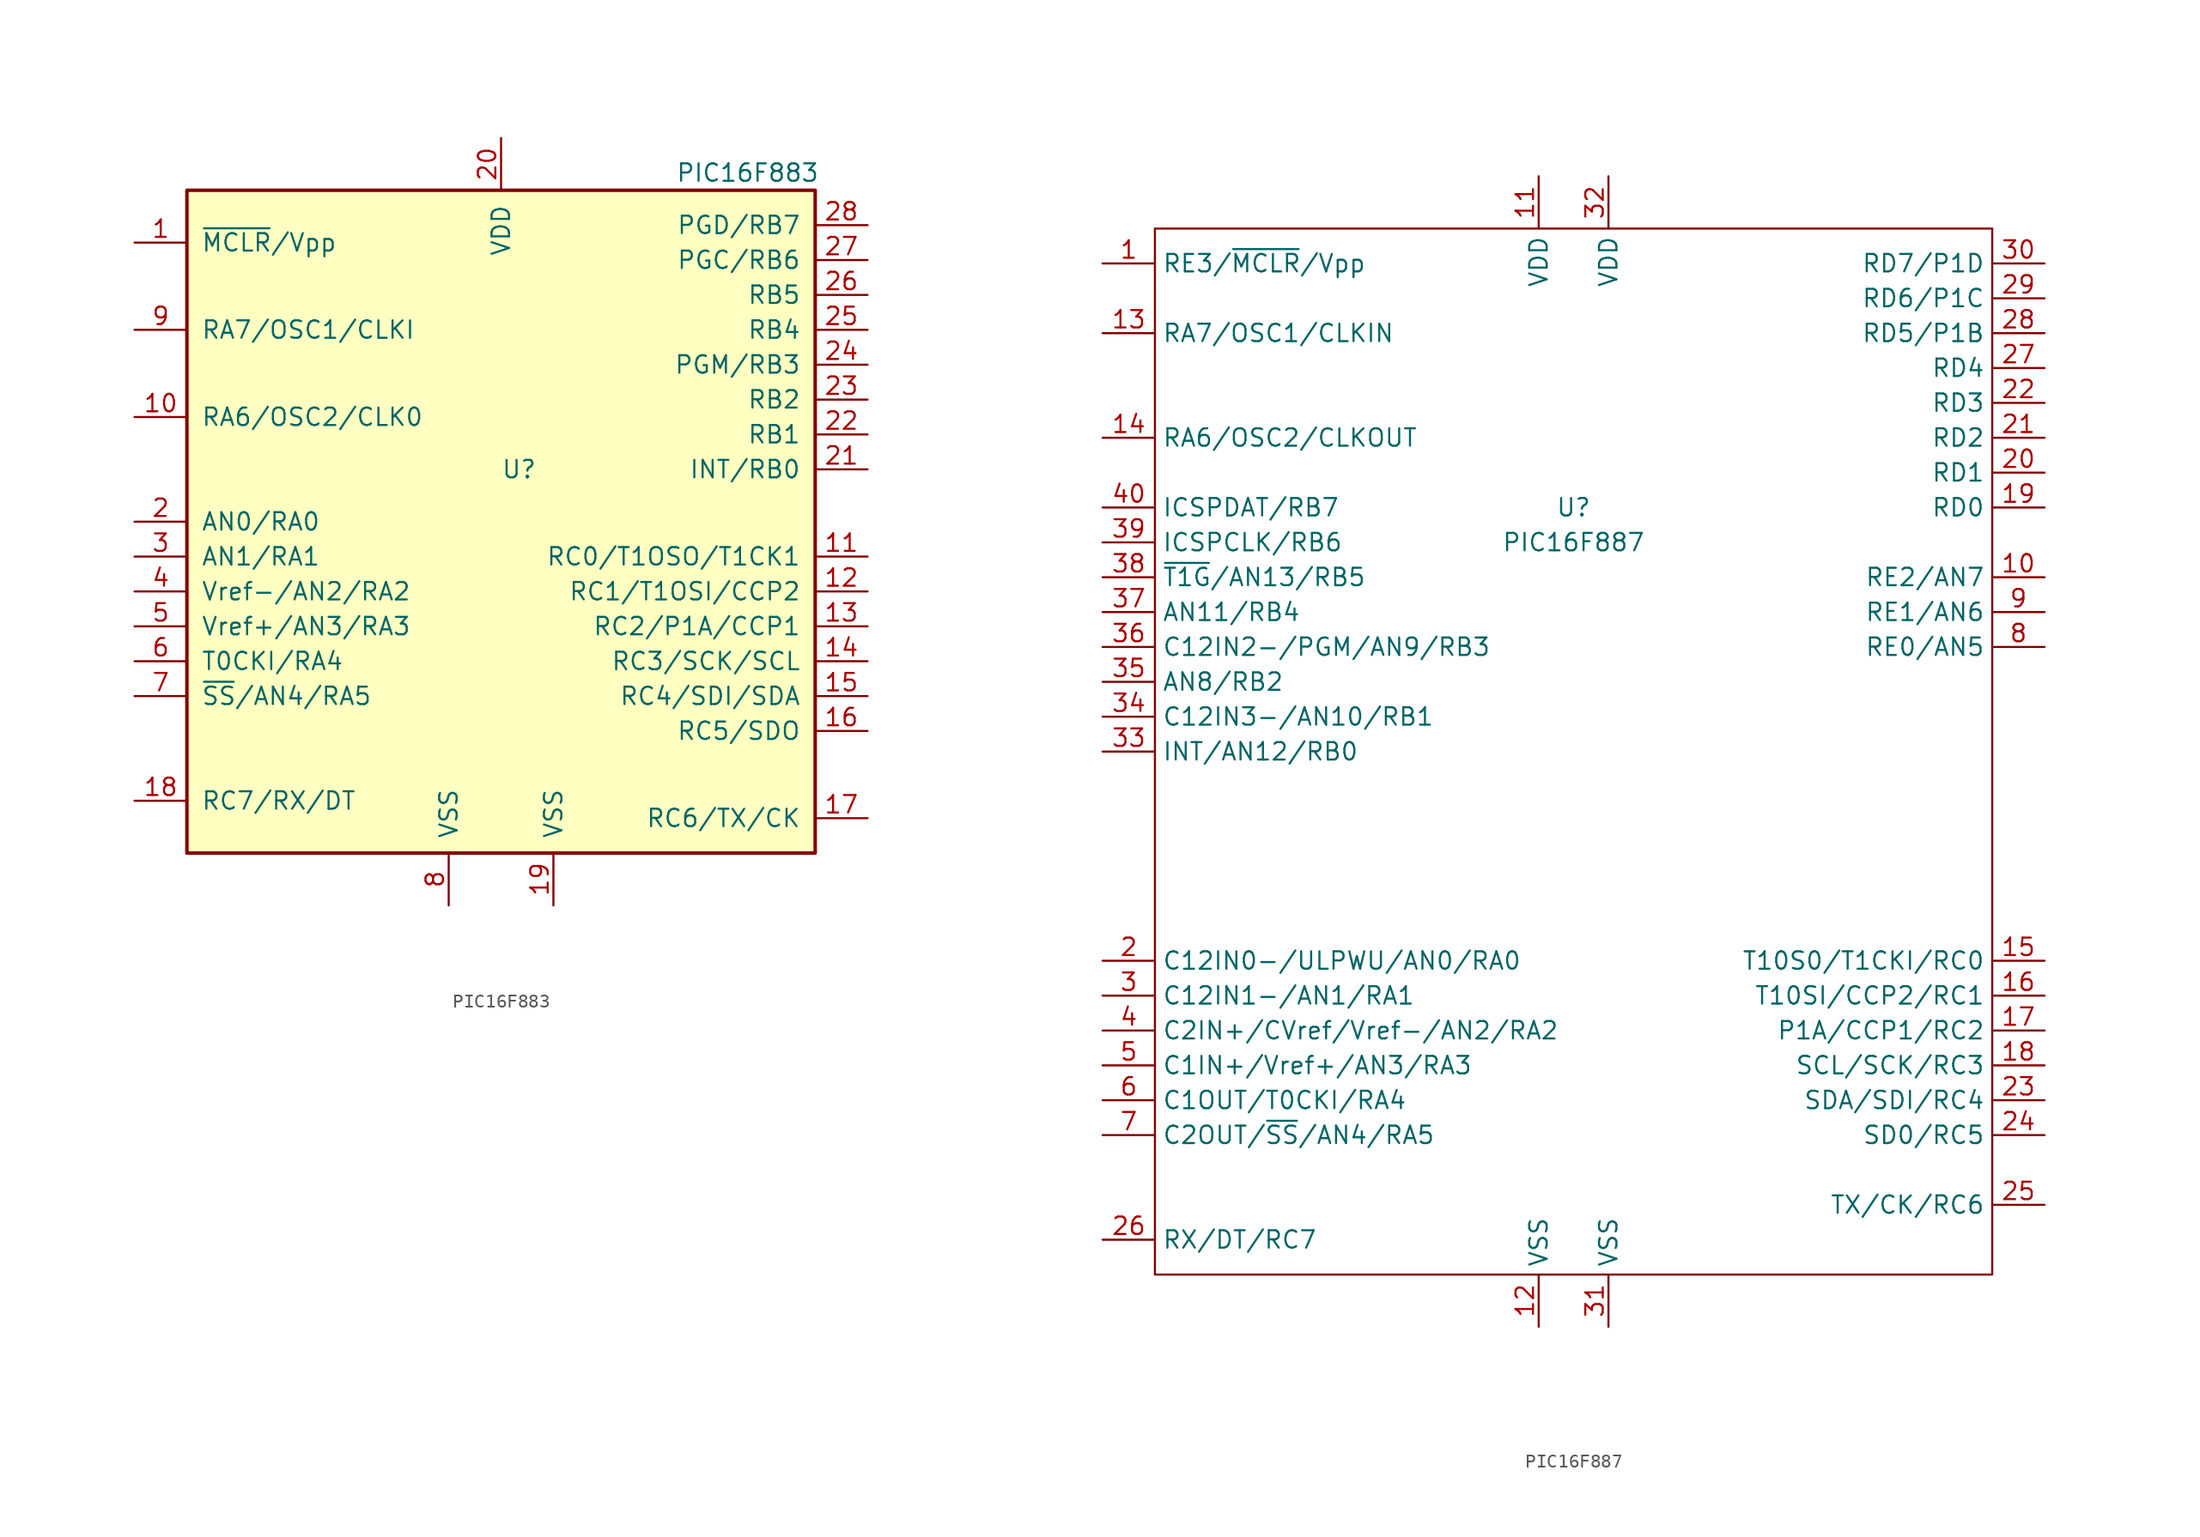
<source format=kicad_sym>
(kicad_symbol_lib
  (version 20211014)
  (generator kicad_symbol_editor)
  (symbol "PIC16F883"
    (pin_names
      (offset 1.016))
    (property "Reference" "U"
      (at 6.35 3.81 0)
      (effects (font (size 1.27 1.27)) (justify left)))
    (property "Value" "PIC16F883"
      (at 19.05 25.4 0)
      (effects (font (size 1.27 1.27)) (justify left)))
    (symbol "PIC16F883_0_1"
      (rectangle (start -16.51 24.13) (end 29.21 -24.13) (stroke (width 0.254) (type default) (color 0 0 0 0)) (fill (type background))))
    (symbol "PIC16F883_1_1"
      (pin bidirectional line (at -20.32 20.32 0) (length 3.81) (name "~{MCLR}/Vpp" (effects (font (size 1.27 1.27)))) (number "1" (effects (font (size 1.27 1.27)))))
      (pin bidirectional line (at -20.32 7.62 0) (length 3.81) (name "RA6/OSC2/CLK0" (effects (font (size 1.27 1.27)))) (number "10" (effects (font (size 1.27 1.27)))))
      (pin bidirectional line (at 33.02 -2.54 180) (length 3.81) (name "RC0/T1OSO/T1CK1" (effects (font (size 1.27 1.27)))) (number "11" (effects (font (size 1.27 1.27)))))
      (pin bidirectional line (at 33.02 -5.08 180) (length 3.81) (name "RC1/T1OSI/CCP2" (effects (font (size 1.27 1.27)))) (number "12" (effects (font (size 1.27 1.27)))))
      (pin bidirectional line (at 33.02 -7.62 180) (length 3.81) (name "RC2/P1A/CCP1" (effects (font (size 1.27 1.27)))) (number "13" (effects (font (size 1.27 1.27)))))
      (pin bidirectional line (at 33.02 -10.16 180) (length 3.81) (name "RC3/SCK/SCL" (effects (font (size 1.27 1.27)))) (number "14" (effects (font (size 1.27 1.27)))))
      (pin bidirectional line (at 33.02 -12.7 180) (length 3.81) (name "RC4/SDI/SDA" (effects (font (size 1.27 1.27)))) (number "15" (effects (font (size 1.27 1.27)))))
      (pin bidirectional line (at 33.02 -15.24 180) (length 3.81) (name "RC5/SDO" (effects (font (size 1.27 1.27)))) (number "16" (effects (font (size 1.27 1.27)))))
      (pin bidirectional line (at 33.02 -21.59 180) (length 3.81) (name "RC6/TX/CK" (effects (font (size 1.27 1.27)))) (number "17" (effects (font (size 1.27 1.27)))))
      (pin bidirectional line (at -20.32 -20.32 0) (length 3.81) (name "RC7/RX/DT" (effects (font (size 1.27 1.27)))) (number "18" (effects (font (size 1.27 1.27)))))
      (pin power_in line (at 10.16 -27.94 90) (length 3.81) (name "VSS" (effects (font (size 1.27 1.27)))) (number "19" (effects (font (size 1.27 1.27)))))
      (pin bidirectional line (at -20.32 0 0) (length 3.81) (name "AN0/RA0" (effects (font (size 1.27 1.27)))) (number "2" (effects (font (size 1.27 1.27)))))
      (pin power_in line (at 6.35 27.94 270) (length 3.81) (name "VDD" (effects (font (size 1.27 1.27)))) (number "20" (effects (font (size 1.27 1.27)))))
      (pin bidirectional line (at 33.02 3.81 180) (length 3.81) (name "INT/RB0" (effects (font (size 1.27 1.27)))) (number "21" (effects (font (size 1.27 1.27)))))
      (pin bidirectional line (at 33.02 6.35 180) (length 3.81) (name "RB1" (effects (font (size 1.27 1.27)))) (number "22" (effects (font (size 1.27 1.27)))))
      (pin bidirectional line (at 33.02 8.89 180) (length 3.81) (name "RB2" (effects (font (size 1.27 1.27)))) (number "23" (effects (font (size 1.27 1.27)))))
      (pin bidirectional line (at 33.02 11.43 180) (length 3.81) (name "PGM/RB3" (effects (font (size 1.27 1.27)))) (number "24" (effects (font (size 1.27 1.27)))))
      (pin bidirectional line (at 33.02 13.97 180) (length 3.81) (name "RB4" (effects (font (size 1.27 1.27)))) (number "25" (effects (font (size 1.27 1.27)))))
      (pin bidirectional line (at 33.02 16.51 180) (length 3.81) (name "RB5" (effects (font (size 1.27 1.27)))) (number "26" (effects (font (size 1.27 1.27)))))
      (pin bidirectional line (at 33.02 19.05 180) (length 3.81) (name "PGC/RB6" (effects (font (size 1.27 1.27)))) (number "27" (effects (font (size 1.27 1.27)))))
      (pin bidirectional line (at 33.02 21.59 180) (length 3.81) (name "PGD/RB7" (effects (font (size 1.27 1.27)))) (number "28" (effects (font (size 1.27 1.27)))))
      (pin bidirectional line (at -20.32 -2.54 0) (length 3.81) (name "AN1/RA1" (effects (font (size 1.27 1.27)))) (number "3" (effects (font (size 1.27 1.27)))))
      (pin bidirectional line (at -20.32 -5.08 0) (length 3.81) (name "Vref-/AN2/RA2" (effects (font (size 1.27 1.27)))) (number "4" (effects (font (size 1.27 1.27)))))
      (pin bidirectional line (at -20.32 -7.62 0) (length 3.81) (name "Vref+/AN3/RA3" (effects (font (size 1.27 1.27)))) (number "5" (effects (font (size 1.27 1.27)))))
      (pin bidirectional line (at -20.32 -10.16 0) (length 3.81) (name "T0CKI/RA4" (effects (font (size 1.27 1.27)))) (number "6" (effects (font (size 1.27 1.27)))))
      (pin bidirectional line (at -20.32 -12.7 0) (length 3.81) (name "~{SS}/AN4/RA5" (effects (font (size 1.27 1.27)))) (number "7" (effects (font (size 1.27 1.27)))))
      (pin power_in line (at 2.54 -27.94 90) (length 3.81) (name "VSS" (effects (font (size 1.27 1.27)))) (number "8" (effects (font (size 1.27 1.27)))))
      (pin input line (at -20.32 13.97 0) (length 3.81) (name "RA7/OSC1/CLKI" (effects (font (size 1.27 1.27)))) (number "9" (effects (font (size 1.27 1.27)))))))
  (symbol "PIC16F887"
    (property "Reference" "U"
      (at 0 -24.13 0)
      (effects (font (size 1.27 1.27))))
    (property "Value" "PIC16F887"
      (at 0 -26.67 0)
      (effects (font (size 1.27 1.27))))
    (symbol "PIC16F887_0_1"
      (rectangle (start -30.48 -3.81) (end 30.48 -80.01) (stroke (width 0) (type default) (color 0 0 0 0)) (fill (type none))))
    (symbol "PIC16F887_1_1"
      (pin bidirectional line (at -34.29 -6.35 0) (length 3.81) (name "RE3/~{MCLR}/Vpp" (effects (font (size 1.27 1.27)))) (number "1" (effects (font (size 1.27 1.27)))))
      (pin bidirectional line (at 34.29 -29.21 180) (length 3.81) (name "RE2/AN7" (effects (font (size 1.27 1.27)))) (number "10" (effects (font (size 1.27 1.27)))))
      (pin bidirectional line (at -2.54 0 270) (length 3.81) (name "VDD" (effects (font (size 1.27 1.27)))) (number "11" (effects (font (size 1.27 1.27)))))
      (pin bidirectional line (at -2.54 -83.82 90) (length 3.81) (name "VSS" (effects (font (size 1.27 1.27)))) (number "12" (effects (font (size 1.27 1.27)))))
      (pin bidirectional line (at -34.29 -11.43 0) (length 3.81) (name "RA7/OSC1/CLKIN" (effects (font (size 1.27 1.27)))) (number "13" (effects (font (size 1.27 1.27)))))
      (pin bidirectional line (at -34.29 -19.05 0) (length 3.81) (name "RA6/OSC2/CLKOUT" (effects (font (size 1.27 1.27)))) (number "14" (effects (font (size 1.27 1.27)))))
      (pin bidirectional line (at 34.29 -57.15 180) (length 3.81) (name "T10S0/T1CKI/RC0" (effects (font (size 1.27 1.27)))) (number "15" (effects (font (size 1.27 1.27)))))
      (pin bidirectional line (at 34.29 -59.69 180) (length 3.81) (name "T10SI/CCP2/RC1" (effects (font (size 1.27 1.27)))) (number "16" (effects (font (size 1.27 1.27)))))
      (pin bidirectional line (at 34.29 -62.23 180) (length 3.81) (name "P1A/CCP1/RC2" (effects (font (size 1.27 1.27)))) (number "17" (effects (font (size 1.27 1.27)))))
      (pin bidirectional line (at 34.29 -64.77 180) (length 3.81) (name "SCL/SCK/RC3" (effects (font (size 1.27 1.27)))) (number "18" (effects (font (size 1.27 1.27)))))
      (pin bidirectional line (at 34.29 -24.13 180) (length 3.81) (name "RD0" (effects (font (size 1.27 1.27)))) (number "19" (effects (font (size 1.27 1.27)))))
      (pin bidirectional line (at -34.29 -57.15 0) (length 3.81) (name "C12IN0-/ULPWU/AN0/RA0" (effects (font (size 1.27 1.27)))) (number "2" (effects (font (size 1.27 1.27)))))
      (pin bidirectional line (at 34.29 -21.59 180) (length 3.81) (name "RD1" (effects (font (size 1.27 1.27)))) (number "20" (effects (font (size 1.27 1.27)))))
      (pin bidirectional line (at 34.29 -19.05 180) (length 3.81) (name "RD2" (effects (font (size 1.27 1.27)))) (number "21" (effects (font (size 1.27 1.27)))))
      (pin bidirectional line (at 34.29 -16.51 180) (length 3.81) (name "RD3" (effects (font (size 1.27 1.27)))) (number "22" (effects (font (size 1.27 1.27)))))
      (pin bidirectional line (at 34.29 -67.31 180) (length 3.81) (name "SDA/SDI/RC4" (effects (font (size 1.27 1.27)))) (number "23" (effects (font (size 1.27 1.27)))))
      (pin bidirectional line (at 34.29 -69.85 180) (length 3.81) (name "SD0/RC5" (effects (font (size 1.27 1.27)))) (number "24" (effects (font (size 1.27 1.27)))))
      (pin bidirectional line (at 34.29 -74.93 180) (length 3.81) (name "TX/CK/RC6" (effects (font (size 1.27 1.27)))) (number "25" (effects (font (size 1.27 1.27)))))
      (pin bidirectional line (at -34.29 -77.47 0) (length 3.81) (name "RX/DT/RC7" (effects (font (size 1.27 1.27)))) (number "26" (effects (font (size 1.27 1.27)))))
      (pin bidirectional line (at 34.29 -13.97 180) (length 3.81) (name "RD4" (effects (font (size 1.27 1.27)))) (number "27" (effects (font (size 1.27 1.27)))))
      (pin bidirectional line (at 34.29 -11.43 180) (length 3.81) (name "RD5/P1B" (effects (font (size 1.27 1.27)))) (number "28" (effects (font (size 1.27 1.27)))))
      (pin bidirectional line (at 34.29 -8.89 180) (length 3.81) (name "RD6/P1C" (effects (font (size 1.27 1.27)))) (number "29" (effects (font (size 1.27 1.27)))))
      (pin bidirectional line (at -34.29 -59.69 0) (length 3.81) (name "C12IN1-/AN1/RA1" (effects (font (size 1.27 1.27)))) (number "3" (effects (font (size 1.27 1.27)))))
      (pin bidirectional line (at 34.29 -6.35 180) (length 3.81) (name "RD7/P1D" (effects (font (size 1.27 1.27)))) (number "30" (effects (font (size 1.27 1.27)))))
      (pin bidirectional line (at 2.54 -83.82 90) (length 3.81) (name "VSS" (effects (font (size 1.27 1.27)))) (number "31" (effects (font (size 1.27 1.27)))))
      (pin bidirectional line (at 2.54 0 270) (length 3.81) (name "VDD" (effects (font (size 1.27 1.27)))) (number "32" (effects (font (size 1.27 1.27)))))
      (pin bidirectional line (at -34.29 -41.91 0) (length 3.81) (name "INT/AN12/RB0" (effects (font (size 1.27 1.27)))) (number "33" (effects (font (size 1.27 1.27)))))
      (pin bidirectional line (at -34.29 -39.37 0) (length 3.81) (name "C12IN3-/AN10/RB1" (effects (font (size 1.27 1.27)))) (number "34" (effects (font (size 1.27 1.27)))))
      (pin bidirectional line (at -34.29 -36.83 0) (length 3.81) (name "AN8/RB2" (effects (font (size 1.27 1.27)))) (number "35" (effects (font (size 1.27 1.27)))))
      (pin bidirectional line (at -34.29 -34.29 0) (length 3.81) (name "C12IN2-/PGM/AN9/RB3" (effects (font (size 1.27 1.27)))) (number "36" (effects (font (size 1.27 1.27)))))
      (pin bidirectional line (at -34.29 -31.75 0) (length 3.81) (name "AN11/RB4" (effects (font (size 1.27 1.27)))) (number "37" (effects (font (size 1.27 1.27)))))
      (pin bidirectional line (at -34.29 -29.21 0) (length 3.81) (name "~{T1G}/AN13/RB5" (effects (font (size 1.27 1.27)))) (number "38" (effects (font (size 1.27 1.27)))))
      (pin bidirectional line (at -34.29 -26.67 0) (length 3.81) (name "ICSPCLK/RB6" (effects (font (size 1.27 1.27)))) (number "39" (effects (font (size 1.27 1.27)))))
      (pin bidirectional line (at -34.29 -62.23 0) (length 3.81) (name "C2IN+/CVref/Vref-/AN2/RA2" (effects (font (size 1.27 1.27)))) (number "4" (effects (font (size 1.27 1.27)))))
      (pin bidirectional line (at -34.29 -24.13 0) (length 3.81) (name "ICSPDAT/RB7" (effects (font (size 1.27 1.27)))) (number "40" (effects (font (size 1.27 1.27)))))
      (pin bidirectional line (at -34.29 -64.77 0) (length 3.81) (name "C1IN+/Vref+/AN3/RA3" (effects (font (size 1.27 1.27)))) (number "5" (effects (font (size 1.27 1.27)))))
      (pin bidirectional line (at -34.29 -67.31 0) (length 3.81) (name "C1OUT/T0CKI/RA4" (effects (font (size 1.27 1.27)))) (number "6" (effects (font (size 1.27 1.27)))))
      (pin bidirectional line (at -34.29 -69.85 0) (length 3.81) (name "C2OUT/~{SS}/AN4/RA5" (effects (font (size 1.27 1.27)))) (number "7" (effects (font (size 1.27 1.27)))))
      (pin bidirectional line (at 34.29 -34.29 180) (length 3.81) (name "RE0/AN5" (effects (font (size 1.27 1.27)))) (number "8" (effects (font (size 1.27 1.27)))))
      (pin bidirectional line (at 34.29 -31.75 180) (length 3.81) (name "RE1/AN6" (effects (font (size 1.27 1.27)))) (number "9" (effects (font (size 1.27 1.27))))))))
</source>
